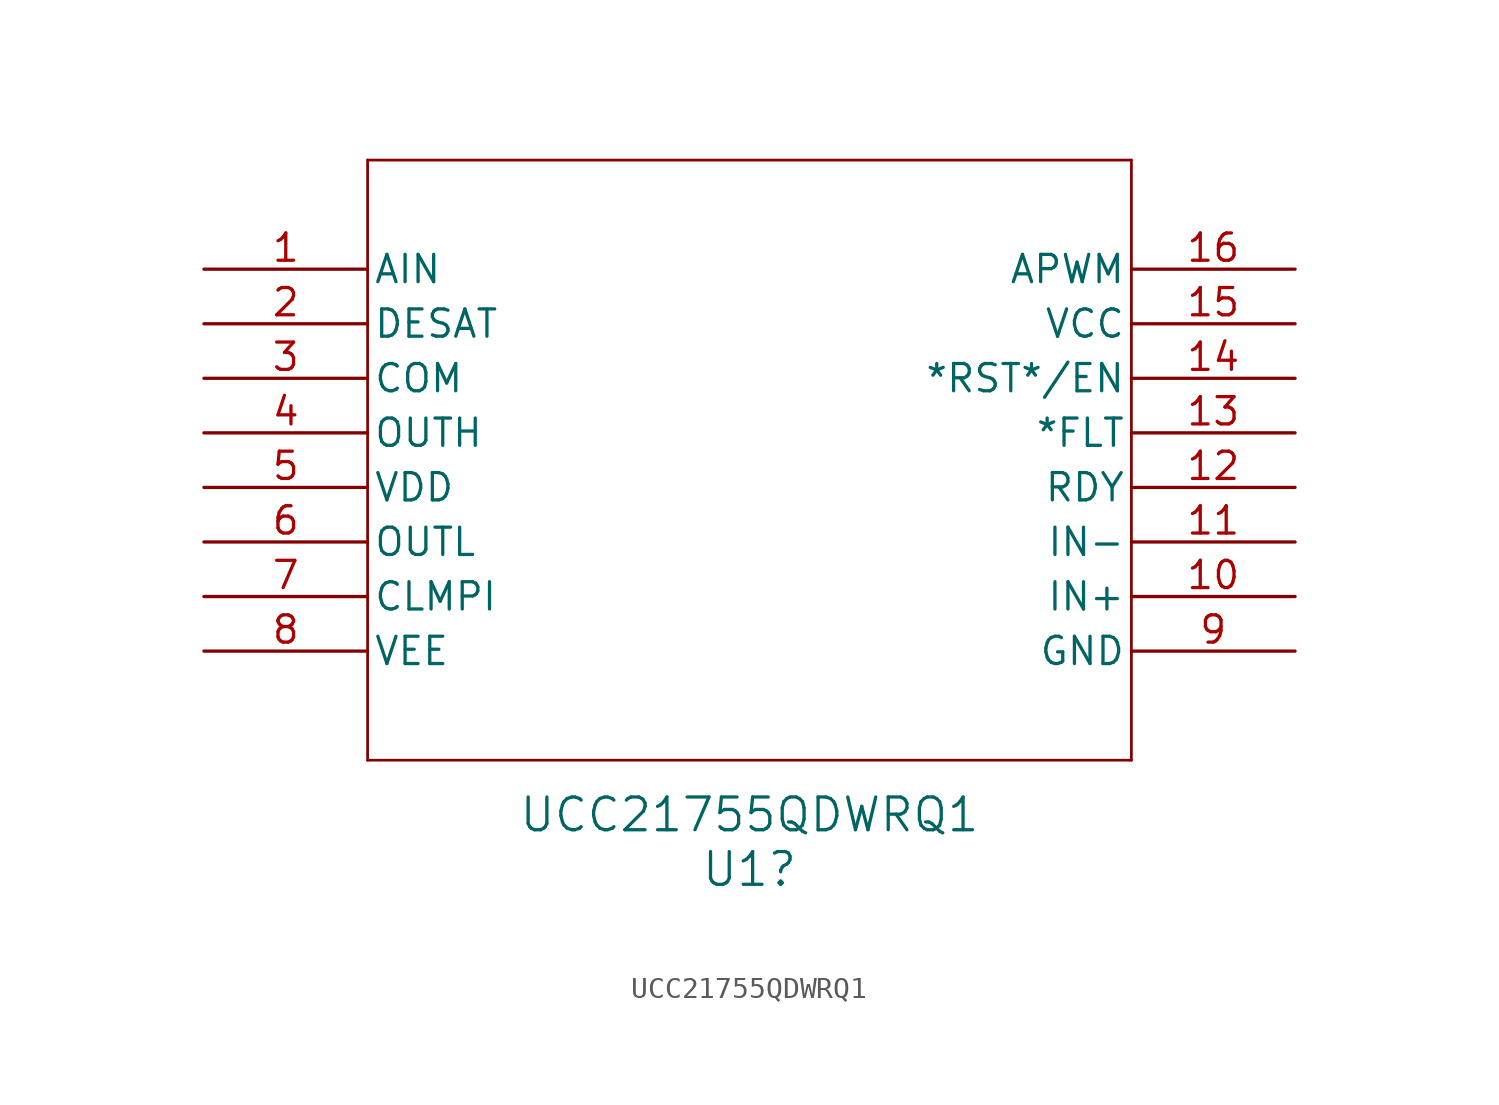
<source format=kicad_sym>
(kicad_symbol_lib
  (version 20231120)
  (generator "kicad_symbol_editor")
  (generator_version "8.0")
  (symbol "UCC21755QDWRQ1"
    (pin_names
      (offset 0.254))
    (property "Reference" "U1"
      (at 25.4 -27.94 0)
      (effects (font (size 1.524 1.524))))
    (property "Value" "UCC21755QDWRQ1"
      (at 25.4 -25.4 0)
      (effects (font (size 1.524 1.524))))
    (symbol "UCC21755QDWRQ1_0_1"
      (polyline (pts (xy 7.62 -22.86) (xy 43.18 -22.86)) (stroke (width 0.127) (type default)) (fill (type none)))
      (polyline (pts (xy 7.62 5.08) (xy 7.62 -22.86)) (stroke (width 0.127) (type default)) (fill (type none)))
      (polyline (pts (xy 43.18 -22.86) (xy 43.18 5.08)) (stroke (width 0.127) (type default)) (fill (type none)))
      (polyline (pts (xy 43.18 5.08) (xy 7.62 5.08)) (stroke (width 0.127) (type default)) (fill (type none)))
      (pin input line (at 0 0 0) (length 7.62) (name "AIN" (effects (font (size 1.27 1.27)))) (number "1" (effects (font (size 1.27 1.27)))))
      (pin input line (at 50.8 -15.24 180) (length 7.62) (name "IN+" (effects (font (size 1.27 1.27)))) (number "10" (effects (font (size 1.27 1.27)))))
      (pin input line (at 50.8 -12.7 180) (length 7.62) (name "IN-" (effects (font (size 1.27 1.27)))) (number "11" (effects (font (size 1.27 1.27)))))
      (pin output line (at 50.8 -10.16 180) (length 7.62) (name "RDY" (effects (font (size 1.27 1.27)))) (number "12" (effects (font (size 1.27 1.27)))))
      (pin output line (at 50.8 -7.62 180) (length 7.62) (name "*FLT" (effects (font (size 1.27 1.27)))) (number "13" (effects (font (size 1.27 1.27)))))
      (pin input line (at 50.8 -5.08 180) (length 7.62) (name "*RST*/EN" (effects (font (size 1.27 1.27)))) (number "14" (effects (font (size 1.27 1.27)))))
      (pin power_in line (at 50.8 -2.54 180) (length 7.62) (name "VCC" (effects (font (size 1.27 1.27)))) (number "15" (effects (font (size 1.27 1.27)))))
      (pin output line (at 50.8 0 180) (length 7.62) (name "APWM" (effects (font (size 1.27 1.27)))) (number "16" (effects (font (size 1.27 1.27)))))
      (pin input line (at 0 -2.54 0) (length 7.62) (name "DESAT" (effects (font (size 1.27 1.27)))) (number "2" (effects (font (size 1.27 1.27)))))
      (pin power_in line (at 0 -5.08 0) (length 7.62) (name "COM" (effects (font (size 1.27 1.27)))) (number "3" (effects (font (size 1.27 1.27)))))
      (pin output line (at 0 -7.62 0) (length 7.62) (name "OUTH" (effects (font (size 1.27 1.27)))) (number "4" (effects (font (size 1.27 1.27)))))
      (pin power_in line (at 0 -10.16 0) (length 7.62) (name "VDD" (effects (font (size 1.27 1.27)))) (number "5" (effects (font (size 1.27 1.27)))))
      (pin output line (at 0 -12.7 0) (length 7.62) (name "OUTL" (effects (font (size 1.27 1.27)))) (number "6" (effects (font (size 1.27 1.27)))))
      (pin input line (at 0 -15.24 0) (length 7.62) (name "CLMPI" (effects (font (size 1.27 1.27)))) (number "7" (effects (font (size 1.27 1.27)))))
      (pin power_in line (at 0 -17.78 0) (length 7.62) (name "VEE" (effects (font (size 1.27 1.27)))) (number "8" (effects (font (size 1.27 1.27))))))
    (symbol "UCC21755QDWRQ1_1_1"
      (pin input line (at 50.8 -17.78 180) (length 7.62) (name "GND" (effects (font (size 1.27 1.27)))) (number "9" (effects (font (size 1.27 1.27))))))))
</source>
